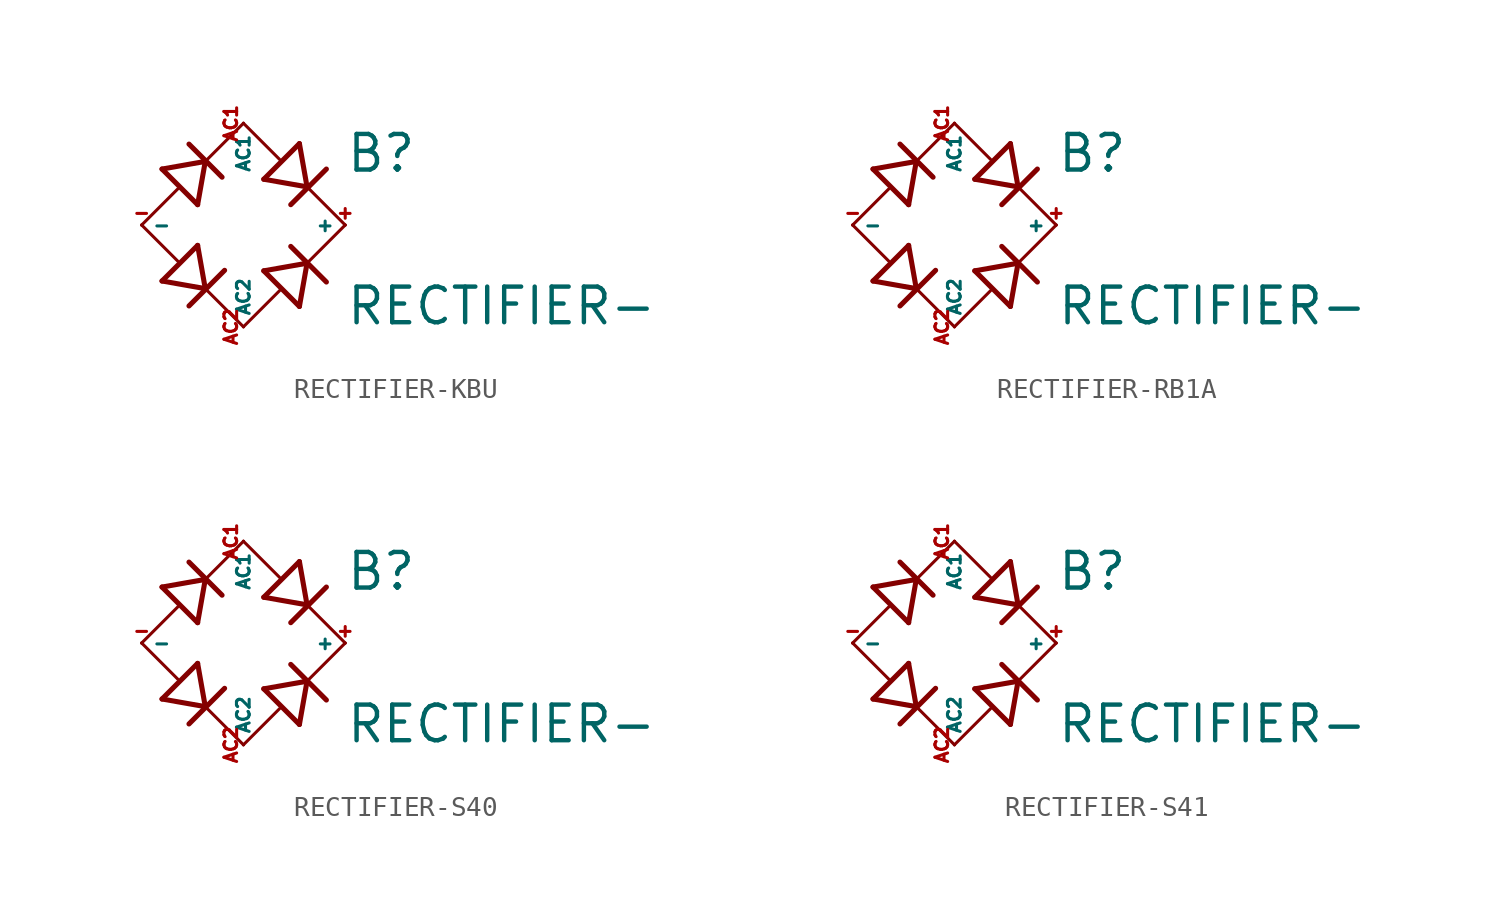
<source format=kicad_sym>
(kicad_symbol_lib
  (version 20220914)
  (generator Eagle2Kicad)
  (symbol "RECTIFIER-KBU"
    (property "Reference" "B"
      (at 5.08 2.54 0)
      (effects (font (size 1.778 1.778) (thickness 0.22)) (justify left bottom)))
    (property "Value" "RECTIFIER-"
      (at 5.08 -5.08 0)
      (effects (font (size 1.778 1.778) (thickness 0.22)) (justify left bottom)))
    (polyline
      (pts (xy -1.905 -3.175) (xy -4.064 -2.794))
      (stroke (width 0.254) (type default))
      (fill (type none)))
    (polyline
      (pts (xy -1.905 -3.175) (xy -2.286 -1.016))
      (stroke (width 0.254) (type default))
      (fill (type none)))
    (polyline
      (pts (xy -2.718 -4.039) (xy -0.94 -2.261))
      (stroke (width 0.254) (type default))
      (fill (type none)))
    (polyline
      (pts (xy -1.905 3.175) (xy -4.064 2.794))
      (stroke (width 0.254) (type default))
      (fill (type none)))
    (polyline
      (pts (xy -1.905 3.175) (xy -2.286 1.016))
      (stroke (width 0.254) (type default))
      (fill (type none)))
    (polyline
      (pts (xy -2.718 4.039) (xy -1.067 2.388))
      (stroke (width 0.254) (type default))
      (fill (type none)))
    (polyline
      (pts (xy 3.175 1.905) (xy 2.794 4.064))
      (stroke (width 0.254) (type default))
      (fill (type none)))
    (polyline
      (pts (xy 3.175 1.905) (xy 1.016 2.286))
      (stroke (width 0.254) (type default))
      (fill (type none)))
    (polyline
      (pts (xy 2.362 1.016) (xy 4.14 2.794))
      (stroke (width 0.254) (type default))
      (fill (type none)))
    (polyline
      (pts (xy 3.175 -1.905) (xy 2.794 -4.064))
      (stroke (width 0.254) (type default))
      (fill (type none)))
    (polyline
      (pts (xy 3.175 -1.905) (xy 1.016 -2.286))
      (stroke (width 0.254) (type default))
      (fill (type none)))
    (polyline
      (pts (xy 2.362 -1.067) (xy 4.14 -2.845))
      (stroke (width 0.254) (type default))
      (fill (type none)))
    (polyline
      (pts (xy 5.08 0) (xy 3.175 -1.905))
      (stroke (width 0.152) (type default))
      (fill (type none)))
    (polyline
      (pts (xy 0 -5.08) (xy -1.905 -3.175))
      (stroke (width 0.152) (type default))
      (fill (type none)))
    (polyline
      (pts (xy -3.277 -1.803) (xy -5.08 0))
      (stroke (width 0.152) (type default))
      (fill (type none)))
    (polyline
      (pts (xy -4.064 -2.794) (xy -2.286 -1.016))
      (stroke (width 0.254) (type default))
      (fill (type none)))
    (polyline
      (pts (xy -5.08 0) (xy -3.277 1.803))
      (stroke (width 0.152) (type default))
      (fill (type none)))
    (polyline
      (pts (xy -4.064 2.794) (xy -2.286 1.016))
      (stroke (width 0.254) (type default))
      (fill (type none)))
    (polyline
      (pts (xy -1.905 3.175) (xy 0 5.08))
      (stroke (width 0.152) (type default))
      (fill (type none)))
    (polyline
      (pts (xy 0 5.08) (xy 1.803 3.277))
      (stroke (width 0.152) (type default))
      (fill (type none)))
    (polyline
      (pts (xy 1.016 2.286) (xy 2.794 4.064))
      (stroke (width 0.254) (type default))
      (fill (type none)))
    (polyline
      (pts (xy 3.175 1.905) (xy 5.08 0))
      (stroke (width 0.152) (type default))
      (fill (type none)))
    (polyline
      (pts (xy 0 -5.08) (xy 1.803 -3.277))
      (stroke (width 0.152) (type default))
      (fill (type none)))
    (polyline
      (pts (xy 1.016 -2.286) (xy 2.794 -4.064))
      (stroke (width 0.254) (type default))
      (fill (type none)))
    (pin passive line
      (at 0 5.08 270)
      (length 0)
      (name "AC1" (effects (font (size 0.635 0.635) (thickness 0.08)) (justify left bottom)))
      (number "AC1" (effects (font (size 0.635 0.635) (thickness 0.08)) (justify left bottom))))
    (pin passive line
      (at 5.08 0 180)
      (length 0)
      (name "+" (effects (font (size 0.635 0.635) (thickness 0.08)) (justify left bottom)))
      (number "+" (effects (font (size 0.635 0.635) (thickness 0.08)) (justify left bottom))))
    (pin passive line
      (at 0 -5.08 90)
      (length 0)
      (name "AC2" (effects (font (size 0.635 0.635) (thickness 0.08)) (justify left bottom)))
      (number "AC2" (effects (font (size 0.635 0.635) (thickness 0.08)) (justify left bottom))))
    (pin passive line
      (at -5.08 0 0)
      (length 0)
      (name "-" (effects (font (size 0.635 0.635) (thickness 0.08)) (justify left bottom)))
      (number "-" (effects (font (size 0.635 0.635) (thickness 0.08)) (justify left bottom)))))
  (symbol "RECTIFIER-RB1A"
    (property "Reference" "B"
      (at 5.08 2.54 0)
      (effects (font (size 1.778 1.778) (thickness 0.22)) (justify left bottom)))
    (property "Value" "RECTIFIER-"
      (at 5.08 -5.08 0)
      (effects (font (size 1.778 1.778) (thickness 0.22)) (justify left bottom)))
    (polyline
      (pts (xy -1.905 -3.175) (xy -4.064 -2.794))
      (stroke (width 0.254) (type default))
      (fill (type none)))
    (polyline
      (pts (xy -1.905 -3.175) (xy -2.286 -1.016))
      (stroke (width 0.254) (type default))
      (fill (type none)))
    (polyline
      (pts (xy -2.718 -4.039) (xy -0.94 -2.261))
      (stroke (width 0.254) (type default))
      (fill (type none)))
    (polyline
      (pts (xy -1.905 3.175) (xy -4.064 2.794))
      (stroke (width 0.254) (type default))
      (fill (type none)))
    (polyline
      (pts (xy -1.905 3.175) (xy -2.286 1.016))
      (stroke (width 0.254) (type default))
      (fill (type none)))
    (polyline
      (pts (xy -2.718 4.039) (xy -1.067 2.388))
      (stroke (width 0.254) (type default))
      (fill (type none)))
    (polyline
      (pts (xy 3.175 1.905) (xy 2.794 4.064))
      (stroke (width 0.254) (type default))
      (fill (type none)))
    (polyline
      (pts (xy 3.175 1.905) (xy 1.016 2.286))
      (stroke (width 0.254) (type default))
      (fill (type none)))
    (polyline
      (pts (xy 2.362 1.016) (xy 4.14 2.794))
      (stroke (width 0.254) (type default))
      (fill (type none)))
    (polyline
      (pts (xy 3.175 -1.905) (xy 2.794 -4.064))
      (stroke (width 0.254) (type default))
      (fill (type none)))
    (polyline
      (pts (xy 3.175 -1.905) (xy 1.016 -2.286))
      (stroke (width 0.254) (type default))
      (fill (type none)))
    (polyline
      (pts (xy 2.362 -1.067) (xy 4.14 -2.845))
      (stroke (width 0.254) (type default))
      (fill (type none)))
    (polyline
      (pts (xy 5.08 0) (xy 3.175 -1.905))
      (stroke (width 0.152) (type default))
      (fill (type none)))
    (polyline
      (pts (xy 0 -5.08) (xy -1.905 -3.175))
      (stroke (width 0.152) (type default))
      (fill (type none)))
    (polyline
      (pts (xy -3.277 -1.803) (xy -5.08 0))
      (stroke (width 0.152) (type default))
      (fill (type none)))
    (polyline
      (pts (xy -4.064 -2.794) (xy -2.286 -1.016))
      (stroke (width 0.254) (type default))
      (fill (type none)))
    (polyline
      (pts (xy -5.08 0) (xy -3.277 1.803))
      (stroke (width 0.152) (type default))
      (fill (type none)))
    (polyline
      (pts (xy -4.064 2.794) (xy -2.286 1.016))
      (stroke (width 0.254) (type default))
      (fill (type none)))
    (polyline
      (pts (xy -1.905 3.175) (xy 0 5.08))
      (stroke (width 0.152) (type default))
      (fill (type none)))
    (polyline
      (pts (xy 0 5.08) (xy 1.803 3.277))
      (stroke (width 0.152) (type default))
      (fill (type none)))
    (polyline
      (pts (xy 1.016 2.286) (xy 2.794 4.064))
      (stroke (width 0.254) (type default))
      (fill (type none)))
    (polyline
      (pts (xy 3.175 1.905) (xy 5.08 0))
      (stroke (width 0.152) (type default))
      (fill (type none)))
    (polyline
      (pts (xy 0 -5.08) (xy 1.803 -3.277))
      (stroke (width 0.152) (type default))
      (fill (type none)))
    (polyline
      (pts (xy 1.016 -2.286) (xy 2.794 -4.064))
      (stroke (width 0.254) (type default))
      (fill (type none)))
    (pin passive line
      (at 0 5.08 270)
      (length 0)
      (name "AC1" (effects (font (size 0.635 0.635) (thickness 0.08)) (justify left bottom)))
      (number "AC1" (effects (font (size 0.635 0.635) (thickness 0.08)) (justify left bottom))))
    (pin passive line
      (at 5.08 0 180)
      (length 0)
      (name "+" (effects (font (size 0.635 0.635) (thickness 0.08)) (justify left bottom)))
      (number "+" (effects (font (size 0.635 0.635) (thickness 0.08)) (justify left bottom))))
    (pin passive line
      (at 0 -5.08 90)
      (length 0)
      (name "AC2" (effects (font (size 0.635 0.635) (thickness 0.08)) (justify left bottom)))
      (number "AC2" (effects (font (size 0.635 0.635) (thickness 0.08)) (justify left bottom))))
    (pin passive line
      (at -5.08 0 0)
      (length 0)
      (name "-" (effects (font (size 0.635 0.635) (thickness 0.08)) (justify left bottom)))
      (number "-" (effects (font (size 0.635 0.635) (thickness 0.08)) (justify left bottom)))))
  (symbol "RECTIFIER-S40"
    (property "Reference" "B"
      (at 5.08 2.54 0)
      (effects (font (size 1.778 1.778) (thickness 0.22)) (justify left bottom)))
    (property "Value" "RECTIFIER-"
      (at 5.08 -5.08 0)
      (effects (font (size 1.778 1.778) (thickness 0.22)) (justify left bottom)))
    (polyline
      (pts (xy -1.905 -3.175) (xy -4.064 -2.794))
      (stroke (width 0.254) (type default))
      (fill (type none)))
    (polyline
      (pts (xy -1.905 -3.175) (xy -2.286 -1.016))
      (stroke (width 0.254) (type default))
      (fill (type none)))
    (polyline
      (pts (xy -2.718 -4.039) (xy -0.94 -2.261))
      (stroke (width 0.254) (type default))
      (fill (type none)))
    (polyline
      (pts (xy -1.905 3.175) (xy -4.064 2.794))
      (stroke (width 0.254) (type default))
      (fill (type none)))
    (polyline
      (pts (xy -1.905 3.175) (xy -2.286 1.016))
      (stroke (width 0.254) (type default))
      (fill (type none)))
    (polyline
      (pts (xy -2.718 4.039) (xy -1.067 2.388))
      (stroke (width 0.254) (type default))
      (fill (type none)))
    (polyline
      (pts (xy 3.175 1.905) (xy 2.794 4.064))
      (stroke (width 0.254) (type default))
      (fill (type none)))
    (polyline
      (pts (xy 3.175 1.905) (xy 1.016 2.286))
      (stroke (width 0.254) (type default))
      (fill (type none)))
    (polyline
      (pts (xy 2.362 1.016) (xy 4.14 2.794))
      (stroke (width 0.254) (type default))
      (fill (type none)))
    (polyline
      (pts (xy 3.175 -1.905) (xy 2.794 -4.064))
      (stroke (width 0.254) (type default))
      (fill (type none)))
    (polyline
      (pts (xy 3.175 -1.905) (xy 1.016 -2.286))
      (stroke (width 0.254) (type default))
      (fill (type none)))
    (polyline
      (pts (xy 2.362 -1.067) (xy 4.14 -2.845))
      (stroke (width 0.254) (type default))
      (fill (type none)))
    (polyline
      (pts (xy 5.08 0) (xy 3.175 -1.905))
      (stroke (width 0.152) (type default))
      (fill (type none)))
    (polyline
      (pts (xy 0 -5.08) (xy -1.905 -3.175))
      (stroke (width 0.152) (type default))
      (fill (type none)))
    (polyline
      (pts (xy -3.277 -1.803) (xy -5.08 0))
      (stroke (width 0.152) (type default))
      (fill (type none)))
    (polyline
      (pts (xy -4.064 -2.794) (xy -2.286 -1.016))
      (stroke (width 0.254) (type default))
      (fill (type none)))
    (polyline
      (pts (xy -5.08 0) (xy -3.277 1.803))
      (stroke (width 0.152) (type default))
      (fill (type none)))
    (polyline
      (pts (xy -4.064 2.794) (xy -2.286 1.016))
      (stroke (width 0.254) (type default))
      (fill (type none)))
    (polyline
      (pts (xy -1.905 3.175) (xy 0 5.08))
      (stroke (width 0.152) (type default))
      (fill (type none)))
    (polyline
      (pts (xy 0 5.08) (xy 1.803 3.277))
      (stroke (width 0.152) (type default))
      (fill (type none)))
    (polyline
      (pts (xy 1.016 2.286) (xy 2.794 4.064))
      (stroke (width 0.254) (type default))
      (fill (type none)))
    (polyline
      (pts (xy 3.175 1.905) (xy 5.08 0))
      (stroke (width 0.152) (type default))
      (fill (type none)))
    (polyline
      (pts (xy 0 -5.08) (xy 1.803 -3.277))
      (stroke (width 0.152) (type default))
      (fill (type none)))
    (polyline
      (pts (xy 1.016 -2.286) (xy 2.794 -4.064))
      (stroke (width 0.254) (type default))
      (fill (type none)))
    (pin passive line
      (at 0 5.08 270)
      (length 0)
      (name "AC1" (effects (font (size 0.635 0.635) (thickness 0.08)) (justify left bottom)))
      (number "AC1" (effects (font (size 0.635 0.635) (thickness 0.08)) (justify left bottom))))
    (pin passive line
      (at 5.08 0 180)
      (length 0)
      (name "+" (effects (font (size 0.635 0.635) (thickness 0.08)) (justify left bottom)))
      (number "+" (effects (font (size 0.635 0.635) (thickness 0.08)) (justify left bottom))))
    (pin passive line
      (at 0 -5.08 90)
      (length 0)
      (name "AC2" (effects (font (size 0.635 0.635) (thickness 0.08)) (justify left bottom)))
      (number "AC2" (effects (font (size 0.635 0.635) (thickness 0.08)) (justify left bottom))))
    (pin passive line
      (at -5.08 0 0)
      (length 0)
      (name "-" (effects (font (size 0.635 0.635) (thickness 0.08)) (justify left bottom)))
      (number "-" (effects (font (size 0.635 0.635) (thickness 0.08)) (justify left bottom)))))
  (symbol "RECTIFIER-S41"
    (property "Reference" "B"
      (at 5.08 2.54 0)
      (effects (font (size 1.778 1.778) (thickness 0.22)) (justify left bottom)))
    (property "Value" "RECTIFIER-"
      (at 5.08 -5.08 0)
      (effects (font (size 1.778 1.778) (thickness 0.22)) (justify left bottom)))
    (polyline
      (pts (xy -1.905 -3.175) (xy -4.064 -2.794))
      (stroke (width 0.254) (type default))
      (fill (type none)))
    (polyline
      (pts (xy -1.905 -3.175) (xy -2.286 -1.016))
      (stroke (width 0.254) (type default))
      (fill (type none)))
    (polyline
      (pts (xy -2.718 -4.039) (xy -0.94 -2.261))
      (stroke (width 0.254) (type default))
      (fill (type none)))
    (polyline
      (pts (xy -1.905 3.175) (xy -4.064 2.794))
      (stroke (width 0.254) (type default))
      (fill (type none)))
    (polyline
      (pts (xy -1.905 3.175) (xy -2.286 1.016))
      (stroke (width 0.254) (type default))
      (fill (type none)))
    (polyline
      (pts (xy -2.718 4.039) (xy -1.067 2.388))
      (stroke (width 0.254) (type default))
      (fill (type none)))
    (polyline
      (pts (xy 3.175 1.905) (xy 2.794 4.064))
      (stroke (width 0.254) (type default))
      (fill (type none)))
    (polyline
      (pts (xy 3.175 1.905) (xy 1.016 2.286))
      (stroke (width 0.254) (type default))
      (fill (type none)))
    (polyline
      (pts (xy 2.362 1.016) (xy 4.14 2.794))
      (stroke (width 0.254) (type default))
      (fill (type none)))
    (polyline
      (pts (xy 3.175 -1.905) (xy 2.794 -4.064))
      (stroke (width 0.254) (type default))
      (fill (type none)))
    (polyline
      (pts (xy 3.175 -1.905) (xy 1.016 -2.286))
      (stroke (width 0.254) (type default))
      (fill (type none)))
    (polyline
      (pts (xy 2.362 -1.067) (xy 4.14 -2.845))
      (stroke (width 0.254) (type default))
      (fill (type none)))
    (polyline
      (pts (xy 5.08 0) (xy 3.175 -1.905))
      (stroke (width 0.152) (type default))
      (fill (type none)))
    (polyline
      (pts (xy 0 -5.08) (xy -1.905 -3.175))
      (stroke (width 0.152) (type default))
      (fill (type none)))
    (polyline
      (pts (xy -3.277 -1.803) (xy -5.08 0))
      (stroke (width 0.152) (type default))
      (fill (type none)))
    (polyline
      (pts (xy -4.064 -2.794) (xy -2.286 -1.016))
      (stroke (width 0.254) (type default))
      (fill (type none)))
    (polyline
      (pts (xy -5.08 0) (xy -3.277 1.803))
      (stroke (width 0.152) (type default))
      (fill (type none)))
    (polyline
      (pts (xy -4.064 2.794) (xy -2.286 1.016))
      (stroke (width 0.254) (type default))
      (fill (type none)))
    (polyline
      (pts (xy -1.905 3.175) (xy 0 5.08))
      (stroke (width 0.152) (type default))
      (fill (type none)))
    (polyline
      (pts (xy 0 5.08) (xy 1.803 3.277))
      (stroke (width 0.152) (type default))
      (fill (type none)))
    (polyline
      (pts (xy 1.016 2.286) (xy 2.794 4.064))
      (stroke (width 0.254) (type default))
      (fill (type none)))
    (polyline
      (pts (xy 3.175 1.905) (xy 5.08 0))
      (stroke (width 0.152) (type default))
      (fill (type none)))
    (polyline
      (pts (xy 0 -5.08) (xy 1.803 -3.277))
      (stroke (width 0.152) (type default))
      (fill (type none)))
    (polyline
      (pts (xy 1.016 -2.286) (xy 2.794 -4.064))
      (stroke (width 0.254) (type default))
      (fill (type none)))
    (pin passive line
      (at 0 5.08 270)
      (length 0)
      (name "AC1" (effects (font (size 0.635 0.635) (thickness 0.08)) (justify left bottom)))
      (number "AC1" (effects (font (size 0.635 0.635) (thickness 0.08)) (justify left bottom))))
    (pin passive line
      (at 5.08 0 180)
      (length 0)
      (name "+" (effects (font (size 0.635 0.635) (thickness 0.08)) (justify left bottom)))
      (number "+" (effects (font (size 0.635 0.635) (thickness 0.08)) (justify left bottom))))
    (pin passive line
      (at 0 -5.08 90)
      (length 0)
      (name "AC2" (effects (font (size 0.635 0.635) (thickness 0.08)) (justify left bottom)))
      (number "AC2" (effects (font (size 0.635 0.635) (thickness 0.08)) (justify left bottom))))
    (pin passive line
      (at -5.08 0 0)
      (length 0)
      (name "-" (effects (font (size 0.635 0.635) (thickness 0.08)) (justify left bottom)))
      (number "-" (effects (font (size 0.635 0.635) (thickness 0.08)) (justify left bottom))))))
</source>
